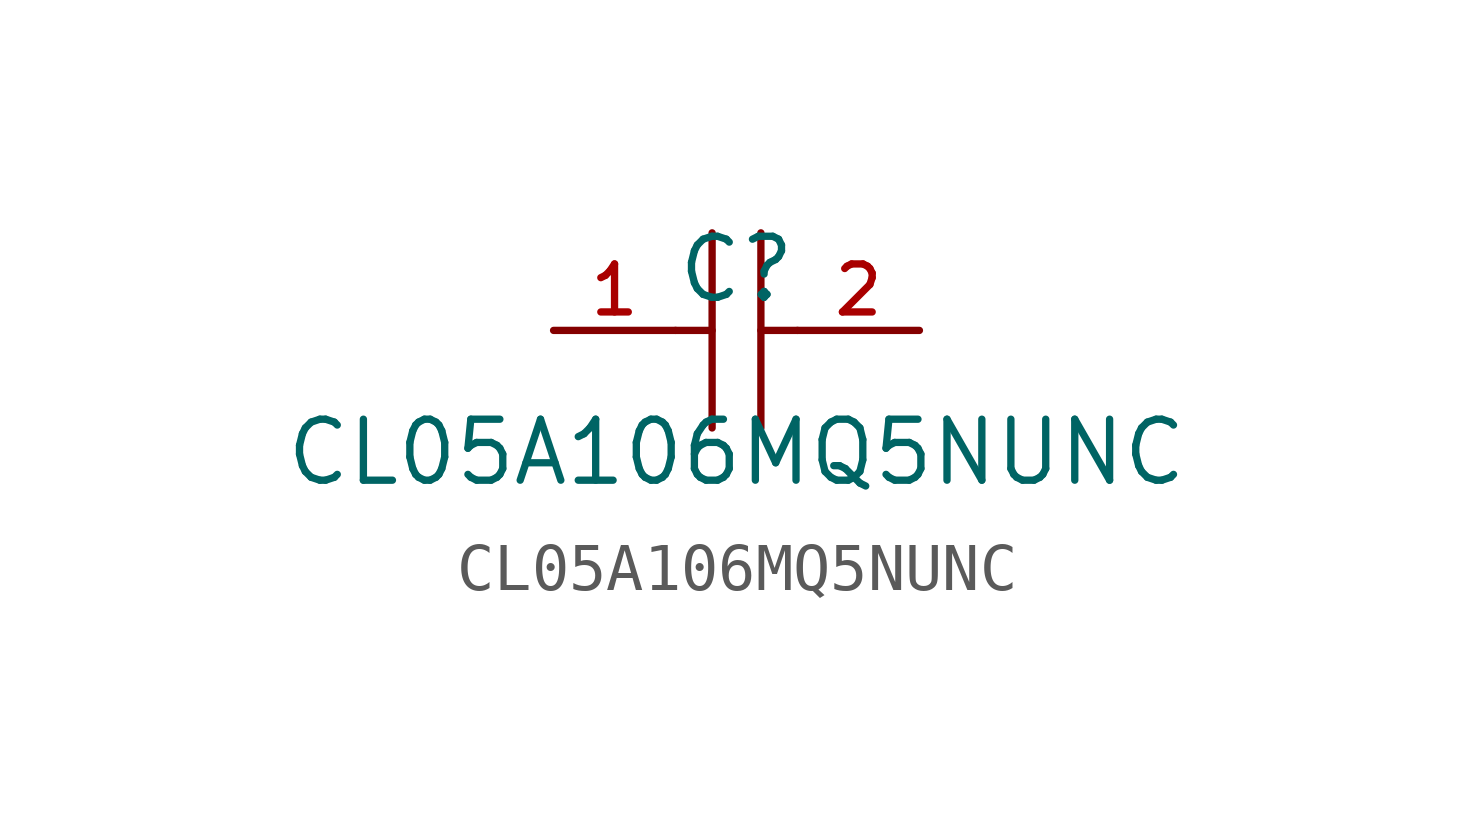
<source format=kicad_sym>
(kicad_symbol_lib
  (version 20220914)
  (generator kicad_symbol_editor)
  (symbol "CL05A106MQ5NUNC"
    (pin_names hide)
    (property "Reference" "C"
      (at 0 1.27 0)
      (effects (font (size 1.27 1.27))))
    (property "Value" "CL05A106MQ5NUNC"
      (at 0 -2.54 0)
      (effects (font (size 1.27 1.27))))
    (symbol "CL05A106MQ5NUNC_0_1"
      (polyline (pts (xy -1.27 0) (xy -0.508 0)) (stroke (width 0) (type default)) (fill (type none)))
      (polyline (pts (xy -0.508 2.032) (xy -0.508 -2.032)) (stroke (width 0) (type default)) (fill (type none)))
      (polyline (pts (xy 0.508 0) (xy 1.27 0)) (stroke (width 0) (type default)) (fill (type none)))
      (polyline (pts (xy 0.508 2.032) (xy 0.508 -2.032)) (stroke (width 0) (type default)) (fill (type none))))
    (symbol "CL05A106MQ5NUNC_1_1"
      (pin passive line (at -3.81 0 0) (length 2.54) (name "1" (effects (font (size 1 1)))) (number "1" (effects (font (size 1 1)))))
      (pin passive line (at 3.81 0 180) (length 2.54) (name "2" (effects (font (size 1 1)))) (number "2" (effects (font (size 1 1))))))))
</source>
